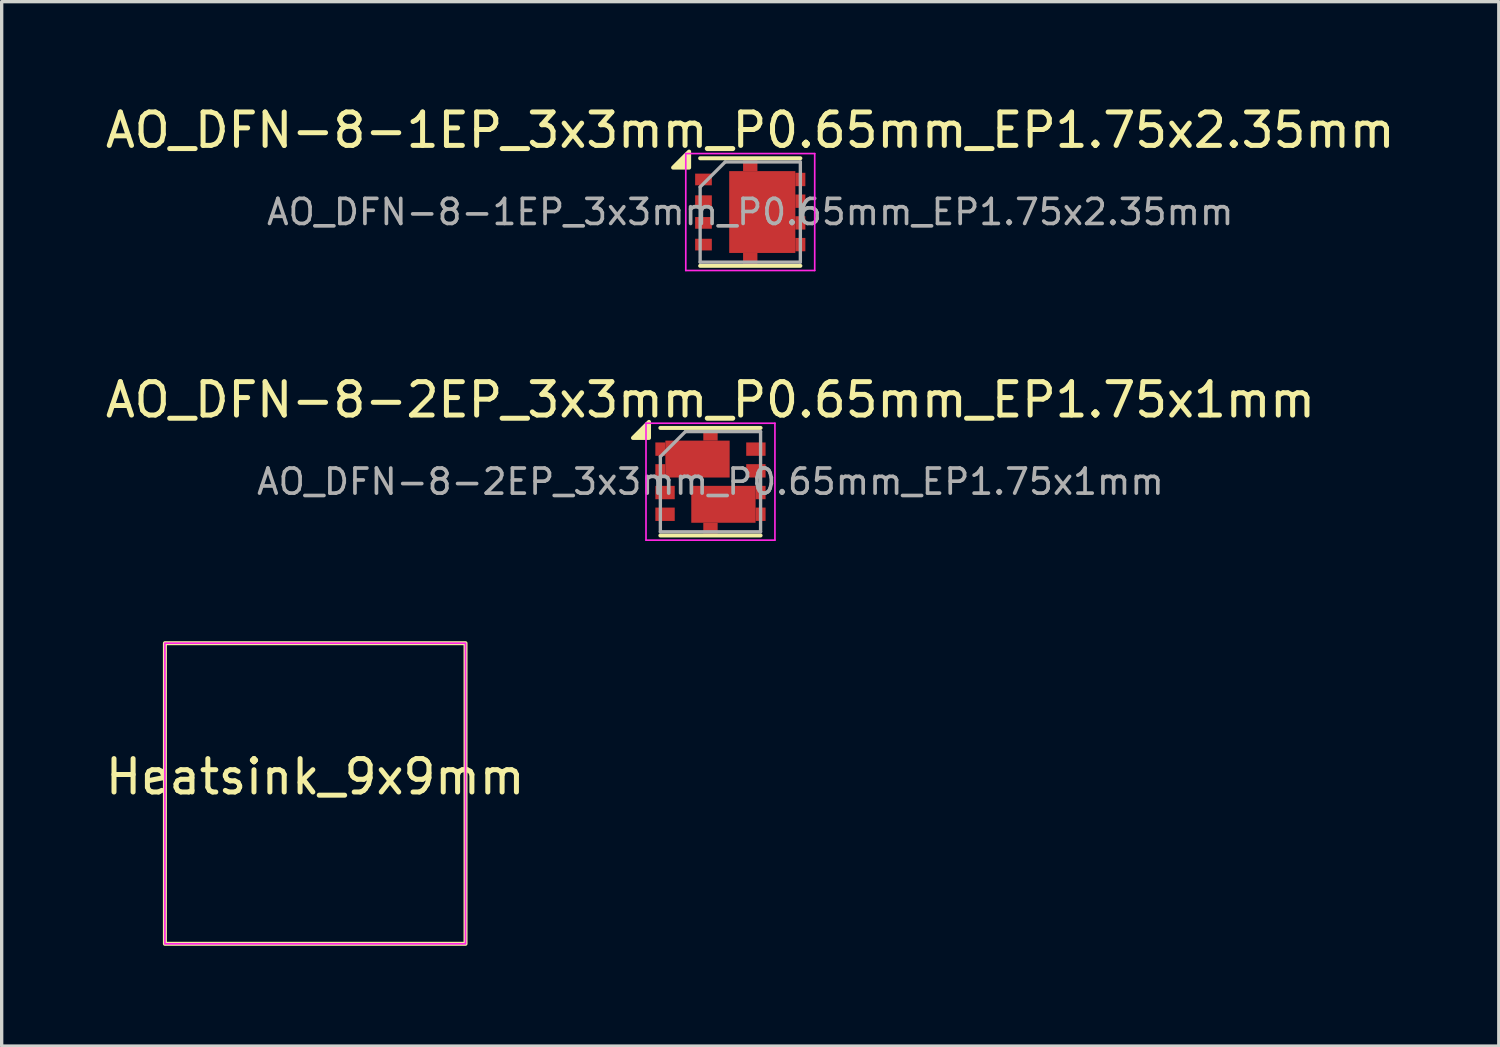
<source format=kicad_pcb>
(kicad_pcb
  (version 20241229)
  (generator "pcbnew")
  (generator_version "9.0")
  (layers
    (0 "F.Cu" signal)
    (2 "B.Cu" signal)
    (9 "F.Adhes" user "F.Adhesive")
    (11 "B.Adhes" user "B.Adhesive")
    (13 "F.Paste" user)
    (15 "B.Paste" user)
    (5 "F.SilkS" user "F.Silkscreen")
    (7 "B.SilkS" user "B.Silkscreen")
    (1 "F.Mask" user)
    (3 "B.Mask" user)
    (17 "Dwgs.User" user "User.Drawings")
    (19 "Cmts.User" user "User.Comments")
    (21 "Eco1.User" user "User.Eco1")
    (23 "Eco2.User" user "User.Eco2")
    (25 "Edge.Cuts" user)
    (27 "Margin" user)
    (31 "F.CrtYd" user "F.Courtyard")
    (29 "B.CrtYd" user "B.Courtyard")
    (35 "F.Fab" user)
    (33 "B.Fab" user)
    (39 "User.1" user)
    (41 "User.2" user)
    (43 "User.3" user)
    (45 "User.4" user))
  (footprint "AO_DFN-8-2EP_3x3mm_P0.65mm_EP1.75x1mm"
    (layer "F.Cu")
    (at 18.22 11.371)
    (property "Reference" "AO_DFN-8-2EP_3x3mm_P0.65mm_EP1.75x1mm" (at 0 -2.45 0) (layer "F.SilkS") (effects (font (size 1 1) (thickness 0.15))))
    (attr smd)
    (fp_line (start -1.5 -1.61) (end 1.5 -1.61) (stroke (width 0.12) (type solid)) (layer "F.SilkS"))
    (fp_line (start -1.5 1.61) (end 1.5 1.61) (stroke (width 0.12) (type solid)) (layer "F.SilkS"))
    (fp_poly (pts (xy -1.84 -1.31) (xy -2.32 -1.31) (xy -1.84 -1.79) (xy -1.84 -1.31)) (stroke (width 0.12) (type solid)) (fill yes) (layer "F.SilkS"))
    (fp_line (start -1.93 -1.75) (end -1.93 1.75) (stroke (width 0.05) (type solid)) (layer "F.CrtYd"))
    (fp_line (start -1.93 1.75) (end 1.93 1.75) (stroke (width 0.05) (type solid)) (layer "F.CrtYd"))
    (fp_line (start 1.93 -1.75) (end -1.93 -1.75) (stroke (width 0.05) (type solid)) (layer "F.CrtYd"))
    (fp_line (start 1.93 1.75) (end 1.93 -1.75) (stroke (width 0.05) (type solid)) (layer "F.CrtYd"))
    (fp_line (start -1.5 -0.75) (end -0.75 -1.5) (stroke (width 0.1) (type solid)) (layer "F.Fab"))
    (fp_line (start -1.5 1.5) (end -1.5 -0.75) (stroke (width 0.1) (type solid)) (layer "F.Fab"))
    (fp_line (start -0.75 -1.5) (end 1.5 -1.5) (stroke (width 0.1) (type solid)) (layer "F.Fab"))
    (fp_line (start 1.5 -1.5) (end 1.5 1.5) (stroke (width 0.1) (type solid)) (layer "F.Fab"))
    (fp_line (start 1.5 1.5) (end -1.5 1.5) (stroke (width 0.1) (type solid)) (layer "F.Fab"))
    (fp_text user "${REFERENCE}" (at 0 0 0) (layer "F.Fab") (effects (font (size 0.75 0.75) (thickness 0.11))))
    (pad "" smd roundrect (at -0.868 -0.677) (size 0.78 0.89) (layers "F.Paste") (roundrect_rratio 0.25))
    (pad "" smd roundrect (at -0.092 0.677) (size 0.78 0.89) (layers "F.Paste") (roundrect_rratio 0.25))
    (pad "" smd roundrect (at 0.092 -0.677) (size 0.78 0.89) (layers "F.Paste") (roundrect_rratio 0.25))
    (pad "" smd roundrect (at 0.868 0.677) (size 0.78 0.89) (layers "F.Paste") (roundrect_rratio 0.25))
    (pad "1" smd rect (at -1.5 -0.975) (size 0.3 0.4) (layers "F.Cu" "F.Mask" "F.Paste"))
    (pad "1" smd rect (at -1.5 -0.325) (size 0.3 0.4) (layers "F.Cu" "F.Mask" "F.Paste"))
    (pad "1" smd rect (at -0.388 -0.677) (size 1.925 1.105) (property pad_prop_heatsink) (layers "F.Cu" "F.Mask"))
    (pad "1" smd rect (at 0 -1.39) (size 0.43 0.32) (property pad_prop_heatsink) (layers "F.Cu" "F.Mask" "F.Paste"))
    (pad "2" smd rect (at -1.36 0.325) (size 0.58 0.4) (layers "F.Cu" "F.Mask" "F.Paste"))
    (pad "3" smd rect (at -1.36 0.975) (size 0.58 0.4) (layers "F.Cu" "F.Mask" "F.Paste"))
    (pad "4" smd rect (at 0 1.39) (size 0.43 0.32) (property pad_prop_heatsink) (layers "F.Cu" "F.Mask" "F.Paste"))
    (pad "4" smd rect (at 0.388 0.677) (size 1.925 1.105) (property pad_prop_heatsink) (layers "F.Cu" "F.Mask"))
    (pad "4" smd rect (at 1.5 0.325) (size 0.3 0.4) (layers "F.Cu" "F.Mask" "F.Paste"))
    (pad "4" smd rect (at 1.5 0.975) (size 0.3 0.4) (layers "F.Cu" "F.Mask" "F.Paste"))
    (pad "5" smd rect (at 1.36 -0.325) (size 0.58 0.4) (layers "F.Cu" "F.Mask" "F.Paste"))
    (pad "6" smd rect (at 1.36 -0.975) (size 0.58 0.4) (layers "F.Cu" "F.Mask" "F.Paste")))
  (footprint "Heatsink_9x9mm"
    (layer "F.Cu")
    (at 6.387 20.706)
    (property "Reference" "Heatsink_9x9mm" (at 0 -0.5 0) (unlocked yes) (layer "F.SilkS") (effects (font (size 1 1) (thickness 0.15))))
    (fp_rect (start -4.5 -4.5) (end 4.5 4.5) (stroke (width 0.12) (type default)) (fill no) (layer "F.SilkS"))
    (fp_rect (start -4.5 -4.5) (end 4.5 4.5) (stroke (width 0.05) (type default)) (fill no) (layer "F.CrtYd")))
  (footprint "AO_DFN-8-1EP_3x3mm_P0.65mm_EP1.75x2.35mm"
    (layer "F.Cu")
    (at 19.411 3.298)
    (property "Reference" "AO_DFN-8-1EP_3x3mm_P0.65mm_EP1.75x2.35mm" (at 0 -2.45 0) (layer "F.SilkS") (effects (font (size 1 1) (thickness 0.15))))
    (attr smd)
    (fp_line (start -1.5 -1.61) (end 1.5 -1.61) (stroke (width 0.12) (type solid)) (layer "F.SilkS"))
    (fp_line (start -1.5 1.61) (end 1.5 1.61) (stroke (width 0.12) (type solid)) (layer "F.SilkS"))
    (fp_poly (pts (xy -1.83 -1.33) (xy -2.31 -1.33) (xy -1.83 -1.81) (xy -1.83 -1.33)) (stroke (width 0.12) (type solid)) (fill yes) (layer "F.SilkS"))
    (fp_line (start -1.93 -1.75) (end -1.93 1.75) (stroke (width 0.05) (type solid)) (layer "F.CrtYd"))
    (fp_line (start -1.93 1.75) (end 1.93 1.75) (stroke (width 0.05) (type solid)) (layer "F.CrtYd"))
    (fp_line (start 1.93 -1.75) (end -1.93 -1.75) (stroke (width 0.05) (type solid)) (layer "F.CrtYd"))
    (fp_line (start 1.93 1.75) (end 1.93 -1.75) (stroke (width 0.05) (type solid)) (layer "F.CrtYd"))
    (fp_line (start -1.5 -0.75) (end -0.75 -1.5) (stroke (width 0.1) (type solid)) (layer "F.Fab"))
    (fp_line (start -1.5 1.5) (end -1.5 -0.75) (stroke (width 0.1) (type solid)) (layer "F.Fab"))
    (fp_line (start -0.75 -1.5) (end 1.5 -1.5) (stroke (width 0.1) (type solid)) (layer "F.Fab"))
    (fp_line (start 1.5 -1.5) (end 1.5 1.5) (stroke (width 0.1) (type solid)) (layer "F.Fab"))
    (fp_line (start 1.5 1.5) (end -1.5 1.5) (stroke (width 0.1) (type solid)) (layer "F.Fab"))
    (fp_text user "${REFERENCE}" (at 0 0 0) (layer "F.Fab") (effects (font (size 0.75 0.75) (thickness 0.11))))
    (pad "" smd roundrect (at -0.135 -0.61) (size 0.8 0.99) (layers "F.Paste") (roundrect_rratio 0.25))
    (pad "" smd roundrect (at -0.135 0.61) (size 0.8 0.99) (layers "F.Paste") (roundrect_rratio 0.25))
    (pad "" smd roundrect (at 0.855 -0.61) (size 0.8 0.99) (layers "F.Paste") (roundrect_rratio 0.25))
    (pad "" smd roundrect (at 0.855 0.61) (size 0.8 0.99) (layers "F.Paste") (roundrect_rratio 0.25))
    (pad "1" smd rect (at -1.4 -0.975) (size 0.5 0.35) (layers "F.Cu" "F.Mask" "F.Paste"))
    (pad "1" smd rect (at -1.4 -0.325) (size 0.5 0.35) (layers "F.Cu" "F.Mask" "F.Paste"))
    (pad "1" smd rect (at -1.4 0.325) (size 0.5 0.35) (layers "F.Cu" "F.Mask" "F.Paste"))
    (pad "2" smd rect (at -1.4 0.975) (size 0.5 0.35) (layers "F.Cu" "F.Mask" "F.Paste"))
    (pad "3" smd rect (at 0 -1.387) (size 0.43 0.325) (layers "F.Cu" "F.Mask" "F.Paste"))
    (pad "3" smd rect (at 0 1.387) (size 0.43 0.325) (layers "F.Cu" "F.Mask" "F.Paste"))
    (pad "3" smd rect (at 0.36 0) (size 1.98 2.45) (layers "F.Cu" "F.Mask"))
    (pad "3" smd rect (at 1.5 -0.975) (size 0.3 0.4) (layers "F.Cu" "F.Mask" "F.Paste"))
    (pad "3" smd rect (at 1.5 -0.325) (size 0.3 0.4) (layers "F.Cu" "F.Mask" "F.Paste"))
    (pad "3" smd rect (at 1.5 0.325) (size 0.3 0.4) (layers "F.Cu" "F.Mask" "F.Paste"))
    (pad "3" smd rect (at 1.5 0.975) (size 0.3 0.4) (layers "F.Cu" "F.Mask" "F.Paste")))
  (gr_rect
    (start -3 -3)
    (end 41.821 28.267)
    (stroke (width 0.1) (type default))
    (fill no)
    (layer "Edge.Cuts")))
</source>
